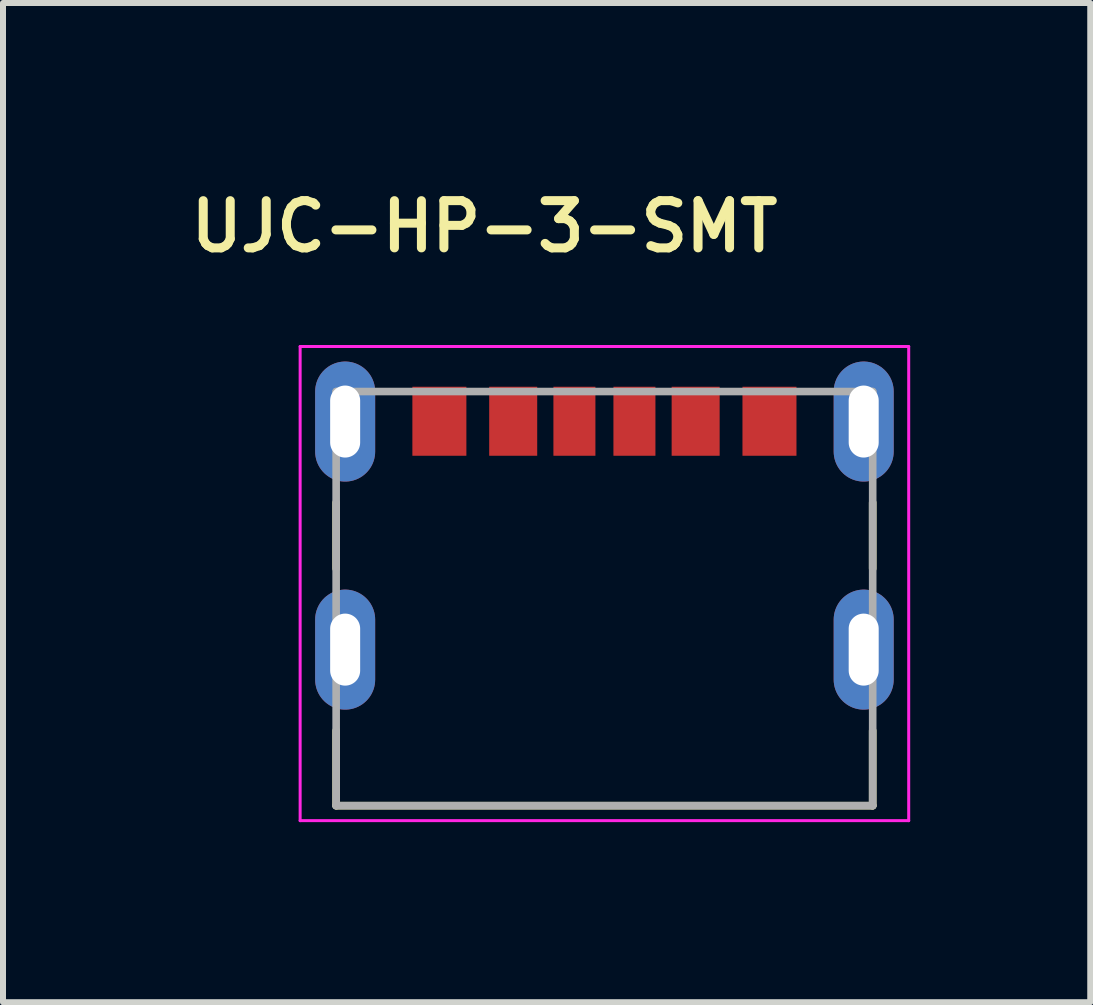
<source format=kicad_pcb>
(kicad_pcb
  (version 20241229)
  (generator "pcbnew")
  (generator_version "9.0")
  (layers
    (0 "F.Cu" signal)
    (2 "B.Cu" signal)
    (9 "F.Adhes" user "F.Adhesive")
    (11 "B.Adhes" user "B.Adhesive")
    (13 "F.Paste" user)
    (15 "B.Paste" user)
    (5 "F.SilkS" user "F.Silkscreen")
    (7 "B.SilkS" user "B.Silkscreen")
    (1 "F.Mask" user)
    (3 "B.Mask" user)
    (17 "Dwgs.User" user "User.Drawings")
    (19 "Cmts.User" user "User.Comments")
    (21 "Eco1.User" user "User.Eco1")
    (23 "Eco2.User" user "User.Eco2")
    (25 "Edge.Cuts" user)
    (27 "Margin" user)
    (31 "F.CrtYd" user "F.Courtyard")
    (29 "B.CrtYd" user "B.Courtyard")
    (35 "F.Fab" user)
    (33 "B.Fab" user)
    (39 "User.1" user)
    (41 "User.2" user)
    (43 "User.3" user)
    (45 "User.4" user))
  (footprint "UJC-HP-3-SMT"
    (layer "F.Cu")
    (at 7.021 3.974)
    (property "Reference" "UJC-HP-3-SMT" (at -2 -3.25 0) (layer "F.SilkS") (effects (font (size 0.787 0.787) (thickness 0.15))))
    (attr smd)
    (fp_line (start -4.47 2.45) (end -4.47 1.35) (stroke (width 0.127) (type solid)) (layer "F.SilkS"))
    (fp_line (start -4.47 6.4) (end -4.47 5.15) (stroke (width 0.127) (type solid)) (layer "F.SilkS"))
    (fp_line (start -4.47 6.4) (end 4.47 6.4) (stroke (width 0.127) (type solid)) (layer "F.SilkS"))
    (fp_line (start 4.47 2.45) (end 4.47 1.35) (stroke (width 0.127) (type solid)) (layer "F.SilkS"))
    (fp_line (start 4.47 6.4) (end 4.47 5.15) (stroke (width 0.127) (type solid)) (layer "F.SilkS"))
    (fp_line (start -5.07 -1.25) (end -5.07 6.65) (stroke (width 0.05) (type solid)) (layer "F.CrtYd"))
    (fp_line (start -5.07 6.65) (end 5.07 6.65) (stroke (width 0.05) (type solid)) (layer "F.CrtYd"))
    (fp_line (start 5.07 -1.25) (end -5.07 -1.25) (stroke (width 0.05) (type solid)) (layer "F.CrtYd"))
    (fp_line (start 5.07 6.65) (end 5.07 -1.25) (stroke (width 0.05) (type solid)) (layer "F.CrtYd"))
    (fp_line (start -4.47 -0.5) (end -4.47 6.4) (stroke (width 0.127) (type solid)) (layer "F.Fab"))
    (fp_line (start -4.47 6.4) (end 4.47 6.4) (stroke (width 0.127) (type solid)) (layer "F.Fab"))
    (fp_line (start 4.47 -0.5) (end -4.47 -0.5) (stroke (width 0.127) (type solid)) (layer "F.Fab"))
    (fp_line (start 4.47 6.4) (end 4.47 -0.5) (stroke (width 0.127) (type solid)) (layer "F.Fab"))
    (pad "A5" smd rect (at -0.5 -0.005 90) (size 1.15 0.7) (layers "F.Cu" "F.Mask" "F.Paste"))
    (pad "A9" smd rect (at 1.52 -0.005 90) (size 1.15 0.8) (layers "F.Cu" "F.Mask" "F.Paste"))
    (pad "A12" smd rect (at 2.75 -0.005 90) (size 1.15 0.9) (layers "F.Cu" "F.Mask" "F.Paste"))
    (pad "B5" smd rect (at 0.5 -0.005 90) (size 1.15 0.7) (layers "F.Cu" "F.Mask" "F.Paste"))
    (pad "B9" smd rect (at -1.52 -0.005 90) (size 1.15 0.8) (layers "F.Cu" "F.Mask" "F.Paste"))
    (pad "B12" smd rect (at -2.75 -0.005 90) (size 1.15 0.9) (layers "F.Cu" "F.Mask" "F.Paste"))
    (pad "S1" thru_hole oval (at -4.32 0) (size 1 2) (drill oval 0.5 1.2) (layers "*.Cu" "*.Mask"))
    (pad "S2" thru_hole oval (at 4.32 0) (size 1 2) (drill oval 0.5 1.2) (layers "*.Cu" "*.Mask"))
    (pad "S3" thru_hole oval (at -4.32 3.8) (size 1 2) (drill oval 0.5 1.2) (layers "*.Cu" "*.Mask"))
    (pad "S4" thru_hole oval (at 4.32 3.8) (size 1 2) (drill oval 0.5 1.2) (layers "*.Cu" "*.Mask")))
  (gr_rect
    (start -3 -3)
    (end 15.116 13.649)
    (stroke (width 0.1) (type default))
    (fill no)
    (layer "Edge.Cuts")))
</source>
